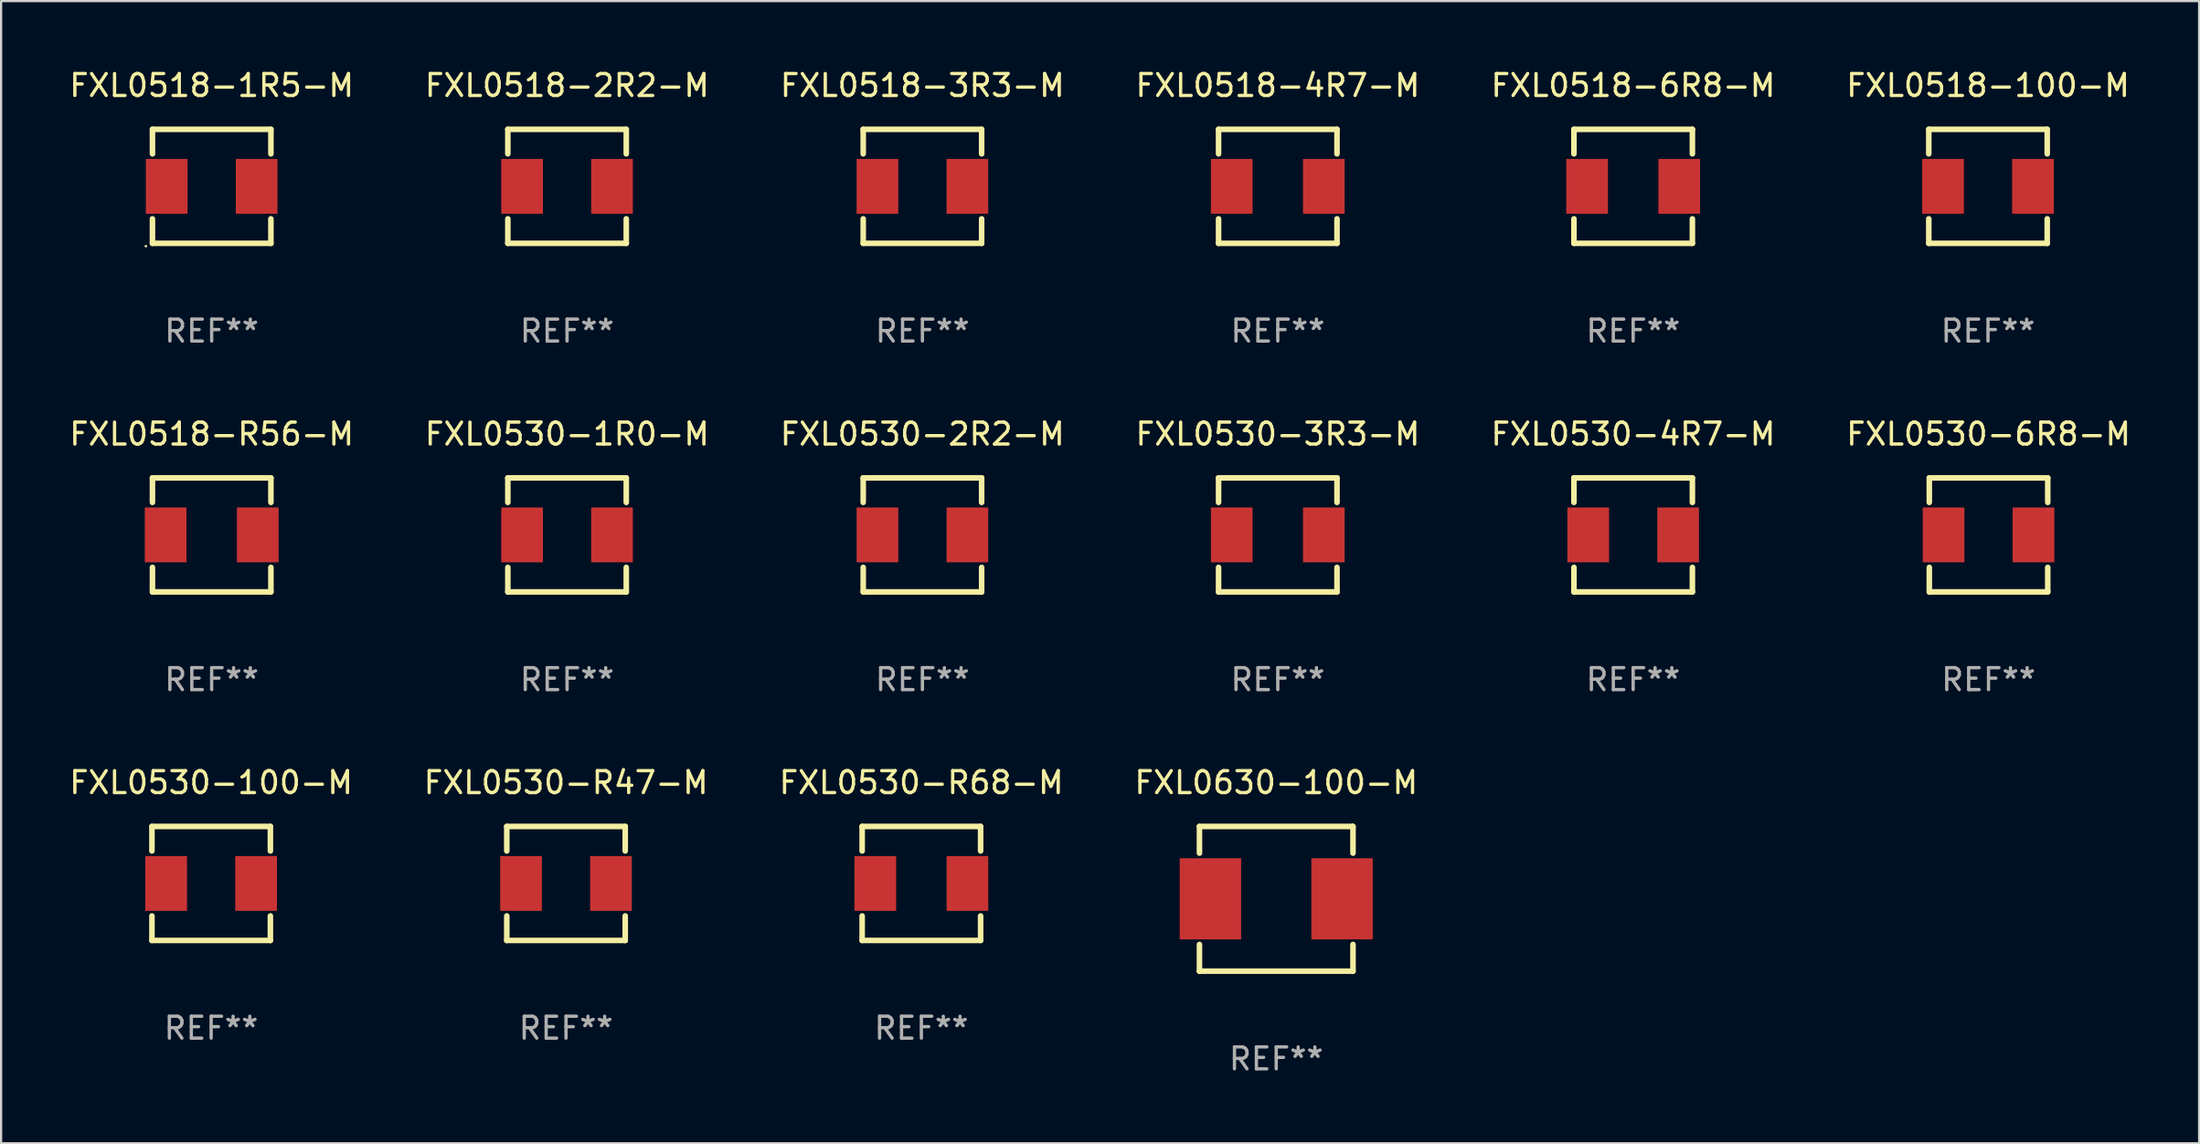
<source format=kicad_pcb>
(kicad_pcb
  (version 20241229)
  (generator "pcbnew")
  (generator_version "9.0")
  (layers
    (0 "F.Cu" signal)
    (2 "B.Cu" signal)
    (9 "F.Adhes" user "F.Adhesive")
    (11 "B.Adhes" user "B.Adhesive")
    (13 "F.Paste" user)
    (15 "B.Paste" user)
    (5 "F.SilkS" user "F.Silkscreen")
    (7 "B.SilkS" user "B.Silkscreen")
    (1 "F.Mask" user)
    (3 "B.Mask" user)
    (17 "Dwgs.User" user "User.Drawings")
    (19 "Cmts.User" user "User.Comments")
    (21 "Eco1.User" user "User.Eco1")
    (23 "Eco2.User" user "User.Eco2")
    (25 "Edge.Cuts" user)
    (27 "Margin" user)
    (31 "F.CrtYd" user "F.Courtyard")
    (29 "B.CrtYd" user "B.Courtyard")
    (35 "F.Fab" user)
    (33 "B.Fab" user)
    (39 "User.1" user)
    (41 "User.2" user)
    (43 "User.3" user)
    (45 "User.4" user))
  (footprint "FXL0518-3R3-M"
    (layer "F.Cu")
    (at 39.006 5.448)
    (property "Reference" "FXL0518-3R3-M" (at 0 -4.6 0) (layer "F.SilkS") (effects (font (size 1 1) (thickness 0.15))))
    (attr through_hole)
    (fp_line (start -2.7 -2.6) (end -2.7 -1.481) (stroke (width 0.254) (type solid)) (layer "F.SilkS"))
    (fp_line (start -2.7 -2.6) (end 2.7 -2.6) (stroke (width 0.254) (type solid)) (layer "F.SilkS"))
    (fp_line (start -2.7 1.481) (end -2.7 2.6) (stroke (width 0.254) (type solid)) (layer "F.SilkS"))
    (fp_line (start 2.7 -2.6) (end 2.7 -1.481) (stroke (width 0.254) (type solid)) (layer "F.SilkS"))
    (fp_line (start 2.7 1.481) (end 2.7 2.6) (stroke (width 0.254) (type solid)) (layer "F.SilkS"))
    (fp_line (start 2.7 2.6) (end -2.7 2.6) (stroke (width 0.254) (type solid)) (layer "F.SilkS"))
    (fp_circle (center -2.7 2.6) (end -2.67 2.6) (stroke (width 0.06) (type solid)) (fill no) (layer "F.SilkS"))
    (fp_text user "REF**" (at 0 6.6 0) (layer "F.Fab") (effects (font (size 1 1) (thickness 0.15))))
    (pad "1" smd rect (at -2.05 0) (size 1.9 2.5) (layers "F.Cu" "F.Mask" "F.Paste"))
    (pad "2" smd rect (at 2.05 0) (size 1.9 2.5) (layers "F.Cu" "F.Mask" "F.Paste")))
  (footprint "FXL0518-R56-M"
    (layer "F.Cu")
    (at 6.601 21.345)
    (property "Reference" "FXL0518-R56-M" (at 0 -4.6 0) (layer "F.SilkS") (effects (font (size 1 1) (thickness 0.15))))
    (attr through_hole)
    (fp_line (start -2.7 -2.6) (end -2.7 -1.481) (stroke (width 0.254) (type solid)) (layer "F.SilkS"))
    (fp_line (start -2.7 -2.6) (end 2.7 -2.6) (stroke (width 0.254) (type solid)) (layer "F.SilkS"))
    (fp_line (start -2.7 1.481) (end -2.7 2.6) (stroke (width 0.254) (type solid)) (layer "F.SilkS"))
    (fp_line (start 2.7 -1.481) (end 2.7 -2.6) (stroke (width 0.254) (type solid)) (layer "F.SilkS"))
    (fp_line (start 2.7 2.6) (end -2.7 2.6) (stroke (width 0.254) (type solid)) (layer "F.SilkS"))
    (fp_line (start 2.7 2.6) (end 2.7 1.481) (stroke (width 0.254) (type solid)) (layer "F.SilkS"))
    (fp_circle (center -2.7 2.6) (end -2.67 2.6) (stroke (width 0.06) (type solid)) (fill no) (layer "F.SilkS"))
    (fp_text user "REF**" (at 0 6.6 0) (layer "F.Fab") (effects (font (size 1 1) (thickness 0.15))))
    (pad "1" smd rect (at -2.1 0) (size 1.9 2.5) (layers "F.Cu" "F.Mask" "F.Paste"))
    (pad "2" smd rect (at 2.1 0) (size 1.9 2.5) (layers "F.Cu" "F.Mask" "F.Paste")))
  (footprint "FXL0518-100-M"
    (layer "F.Cu")
    (at 87.589 5.448)
    (property "Reference" "FXL0518-100-M" (at 0 -4.6 0) (layer "F.SilkS") (effects (font (size 1 1) (thickness 0.15))))
    (attr through_hole)
    (fp_line (start -2.7 -2.6) (end -2.7 -1.481) (stroke (width 0.254) (type solid)) (layer "F.SilkS"))
    (fp_line (start -2.7 -2.6) (end 2.7 -2.6) (stroke (width 0.254) (type solid)) (layer "F.SilkS"))
    (fp_line (start -2.7 1.481) (end -2.7 2.6) (stroke (width 0.254) (type solid)) (layer "F.SilkS"))
    (fp_line (start 2.7 -2.6) (end 2.7 -1.481) (stroke (width 0.254) (type solid)) (layer "F.SilkS"))
    (fp_line (start 2.7 1.481) (end 2.7 2.6) (stroke (width 0.254) (type solid)) (layer "F.SilkS"))
    (fp_line (start 2.7 2.6) (end -2.7 2.6) (stroke (width 0.254) (type solid)) (layer "F.SilkS"))
    (fp_circle (center -2.7 2.6) (end -2.67 2.6) (stroke (width 0.06) (type solid)) (fill no) (layer "F.SilkS"))
    (fp_text user "REF**" (at 0 6.6 0) (layer "F.Fab") (effects (font (size 1 1) (thickness 0.15))))
    (pad "1" smd rect (at -2.05 0) (size 1.9 2.5) (layers "F.Cu" "F.Mask" "F.Paste"))
    (pad "2" smd rect (at 2.05 0) (size 1.9 2.5) (layers "F.Cu" "F.Mask" "F.Paste")))
  (footprint "FXL0530-R68-M"
    (layer "F.Cu")
    (at 38.958 37.241)
    (property "Reference" "FXL0530-R68-M" (at 0 -4.6 0) (layer "F.SilkS") (effects (font (size 1 1) (thickness 0.15))))
    (attr through_hole)
    (fp_line (start -2.7 -2.6) (end -2.7 -1.481) (stroke (width 0.254) (type solid)) (layer "F.SilkS"))
    (fp_line (start -2.7 -2.6) (end 2.7 -2.6) (stroke (width 0.254) (type solid)) (layer "F.SilkS"))
    (fp_line (start -2.7 1.481) (end -2.7 2.6) (stroke (width 0.254) (type solid)) (layer "F.SilkS"))
    (fp_line (start 2.7 -1.481) (end 2.7 -2.6) (stroke (width 0.254) (type solid)) (layer "F.SilkS"))
    (fp_line (start 2.7 2.6) (end -2.7 2.6) (stroke (width 0.254) (type solid)) (layer "F.SilkS"))
    (fp_line (start 2.7 2.6) (end 2.7 1.481) (stroke (width 0.254) (type solid)) (layer "F.SilkS"))
    (fp_circle (center -2.7 2.6) (end -2.67 2.6) (stroke (width 0.06) (type solid)) (fill no) (layer "F.SilkS"))
    (fp_text user "REF**" (at 0 6.6 0) (layer "F.Fab") (effects (font (size 1 1) (thickness 0.15))))
    (pad "1" smd rect (at -2.1 0) (size 1.9 2.5) (layers "F.Cu" "F.Mask" "F.Paste"))
    (pad "2" smd rect (at 2.1 0) (size 1.9 2.5) (layers "F.Cu" "F.Mask" "F.Paste")))
  (footprint "FXL0630-100-M"
    (layer "F.Cu")
    (at 55.137 37.941)
    (property "Reference" "FXL0630-100-M" (at 0 -5.3 0) (layer "F.SilkS") (effects (font (size 1 1) (thickness 0.15))))
    (attr through_hole)
    (fp_line (start -3.5 -3.3) (end 3.48 -3.3) (stroke (width 0.254) (type solid)) (layer "F.SilkS"))
    (fp_line (start -3.5 -2.081) (end -3.5 -3.3) (stroke (width 0.254) (type solid)) (layer "F.SilkS"))
    (fp_line (start -3.5 3.3) (end -3.5 2.081) (stroke (width 0.254) (type solid)) (layer "F.SilkS"))
    (fp_line (start -3.49 3.3) (end -3.5 3.3) (stroke (width 0.254) (type solid)) (layer "F.SilkS"))
    (fp_line (start 3.48 -3.3) (end 3.5 -3.28) (stroke (width 0.254) (type solid)) (layer "F.SilkS"))
    (fp_line (start 3.5 -3.3) (end 3.5 -2.081) (stroke (width 0.254) (type solid)) (layer "F.SilkS"))
    (fp_line (start 3.5 2.081) (end 3.5 3.3) (stroke (width 0.254) (type solid)) (layer "F.SilkS"))
    (fp_line (start 3.5 3.3) (end -3.49 3.3) (stroke (width 0.254) (type solid)) (layer "F.SilkS"))
    (fp_circle (center -3.5 3.3) (end -3.47 3.3) (stroke (width 0.06) (type solid)) (fill no) (layer "F.SilkS"))
    (fp_text user "REF**" (at 0 7.3 0) (layer "F.Fab") (effects (font (size 1 1) (thickness 0.15))))
    (pad "1" smd rect (at -3 0) (size 2.8 3.7) (layers "F.Cu" "F.Mask" "F.Paste"))
    (pad "2" smd rect (at 3 0) (size 2.8 3.7) (layers "F.Cu" "F.Mask" "F.Paste")))
  (footprint "FXL0530-100-M"
    (layer "F.Cu")
    (at 6.577 37.241)
    (property "Reference" "FXL0530-100-M" (at 0 -4.6 0) (layer "F.SilkS") (effects (font (size 1 1) (thickness 0.15))))
    (attr through_hole)
    (fp_line (start -2.7 -2.6) (end -2.7 -1.481) (stroke (width 0.254) (type solid)) (layer "F.SilkS"))
    (fp_line (start -2.7 -2.6) (end 2.7 -2.6) (stroke (width 0.254) (type solid)) (layer "F.SilkS"))
    (fp_line (start -2.7 1.481) (end -2.7 2.6) (stroke (width 0.254) (type solid)) (layer "F.SilkS"))
    (fp_line (start 2.7 -1.481) (end 2.7 -2.6) (stroke (width 0.254) (type solid)) (layer "F.SilkS"))
    (fp_line (start 2.7 2.6) (end -2.7 2.6) (stroke (width 0.254) (type solid)) (layer "F.SilkS"))
    (fp_line (start 2.7 2.6) (end 2.7 1.481) (stroke (width 0.254) (type solid)) (layer "F.SilkS"))
    (fp_circle (center -2.7 2.6) (end -2.67 2.6) (stroke (width 0.06) (type solid)) (fill no) (layer "F.SilkS"))
    (fp_text user "REF**" (at 0 6.6 0) (layer "F.Fab") (effects (font (size 1 1) (thickness 0.15))))
    (pad "1" smd rect (at -2.05 0) (size 1.9 2.5) (layers "F.Cu" "F.Mask" "F.Paste"))
    (pad "2" smd rect (at 2.05 0) (size 1.9 2.5) (layers "F.Cu" "F.Mask" "F.Paste")))
  (footprint "FXL0518-1R5-M"
    (layer "F.Cu")
    (at 6.601 5.448)
    (property "Reference" "FXL0518-1R5-M" (at 0 -4.6 0) (layer "F.SilkS") (effects (font (size 1 1) (thickness 0.15))))
    (attr through_hole)
    (fp_line (start -2.7 -2.6) (end -2.7 -1.481) (stroke (width 0.254) (type solid)) (layer "F.SilkS"))
    (fp_line (start -2.7 -2.6) (end 2.7 -2.6) (stroke (width 0.254) (type solid)) (layer "F.SilkS"))
    (fp_line (start -2.7 1.481) (end -2.7 2.6) (stroke (width 0.254) (type solid)) (layer "F.SilkS"))
    (fp_line (start 2.7 -1.481) (end 2.7 -2.6) (stroke (width 0.254) (type solid)) (layer "F.SilkS"))
    (fp_line (start 2.7 2.6) (end -2.7 2.6) (stroke (width 0.254) (type solid)) (layer "F.SilkS"))
    (fp_line (start 2.7 2.6) (end 2.7 1.481) (stroke (width 0.254) (type solid)) (layer "F.SilkS"))
    (fp_circle (center -3 2.727) (end -2.97 2.727) (stroke (width 0.06) (type solid)) (fill no) (layer "F.SilkS"))
    (fp_text user "REF**" (at 0 6.6 0) (layer "F.Fab") (effects (font (size 1 1) (thickness 0.15))))
    (pad "1" smd rect (at -2.05 0) (size 1.9 2.5) (layers "F.Cu" "F.Mask" "F.Paste"))
    (pad "2" smd rect (at 2.05 0) (size 1.9 2.5) (layers "F.Cu" "F.Mask" "F.Paste")))
  (footprint "FXL0518-2R2-M"
    (layer "F.Cu")
    (at 22.804 5.448)
    (property "Reference" "FXL0518-2R2-M" (at 0 -4.6 0) (layer "F.SilkS") (effects (font (size 1 1) (thickness 0.15))))
    (attr through_hole)
    (fp_line (start -2.7 -2.6) (end 2.7 -2.6) (stroke (width 0.254) (type solid)) (layer "F.SilkS"))
    (fp_line (start -2.7 -1.481) (end -2.7 -2.6) (stroke (width 0.254) (type solid)) (layer "F.SilkS"))
    (fp_line (start -2.7 2.6) (end -2.7 1.481) (stroke (width 0.254) (type solid)) (layer "F.SilkS"))
    (fp_line (start 2.7 -2.6) (end 2.7 -1.481) (stroke (width 0.254) (type solid)) (layer "F.SilkS"))
    (fp_line (start 2.7 1.481) (end 2.7 2.6) (stroke (width 0.254) (type solid)) (layer "F.SilkS"))
    (fp_line (start 2.7 2.6) (end -2.7 2.6) (stroke (width 0.254) (type solid)) (layer "F.SilkS"))
    (fp_circle (center -2.7 2.6) (end -2.67 2.6) (stroke (width 0.06) (type solid)) (fill no) (layer "F.SilkS"))
    (fp_text user "REF**" (at 0 6.6 0) (layer "F.Fab") (effects (font (size 1 1) (thickness 0.15))))
    (pad "1" smd rect (at -2.05 0) (size 1.9 2.5) (layers "F.Cu" "F.Mask" "F.Paste"))
    (pad "2" smd rect (at 2.05 0) (size 1.9 2.5) (layers "F.Cu" "F.Mask" "F.Paste")))
  (footprint "FXL0530-3R3-M"
    (layer "F.Cu")
    (at 55.208 21.345)
    (property "Reference" "FXL0530-3R3-M" (at 0 -4.6 0) (layer "F.SilkS") (effects (font (size 1 1) (thickness 0.15))))
    (attr through_hole)
    (fp_line (start -2.7 -2.6) (end -2.7 -1.481) (stroke (width 0.254) (type solid)) (layer "F.SilkS"))
    (fp_line (start -2.7 -2.6) (end 2.7 -2.6) (stroke (width 0.254) (type solid)) (layer "F.SilkS"))
    (fp_line (start -2.7 1.481) (end -2.7 2.6) (stroke (width 0.254) (type solid)) (layer "F.SilkS"))
    (fp_line (start 2.7 -1.481) (end 2.7 -2.6) (stroke (width 0.254) (type solid)) (layer "F.SilkS"))
    (fp_line (start 2.7 2.6) (end -2.7 2.6) (stroke (width 0.254) (type solid)) (layer "F.SilkS"))
    (fp_line (start 2.7 2.6) (end 2.7 1.481) (stroke (width 0.254) (type solid)) (layer "F.SilkS"))
    (fp_circle (center -2.7 2.6) (end -2.67 2.6) (stroke (width 0.06) (type solid)) (fill no) (layer "F.SilkS"))
    (fp_text user "REF**" (at 0 6.6 0) (layer "F.Fab") (effects (font (size 1 1) (thickness 0.15))))
    (pad "1" smd rect (at -2.1 0) (size 1.9 2.5) (layers "F.Cu" "F.Mask" "F.Paste"))
    (pad "2" smd rect (at 2.1 0) (size 1.9 2.5) (layers "F.Cu" "F.Mask" "F.Paste")))
  (footprint "FXL0530-4R7-M"
    (layer "F.Cu")
    (at 71.411 21.345)
    (property "Reference" "FXL0530-4R7-M" (at 0 -4.6 0) (layer "F.SilkS") (effects (font (size 1 1) (thickness 0.15))))
    (attr through_hole)
    (fp_line (start -2.7 -2.6) (end -2.7 -1.481) (stroke (width 0.254) (type solid)) (layer "F.SilkS"))
    (fp_line (start -2.7 -2.6) (end 2.7 -2.6) (stroke (width 0.254) (type solid)) (layer "F.SilkS"))
    (fp_line (start -2.7 1.481) (end -2.7 2.6) (stroke (width 0.254) (type solid)) (layer "F.SilkS"))
    (fp_line (start 2.7 -1.481) (end 2.7 -2.6) (stroke (width 0.254) (type solid)) (layer "F.SilkS"))
    (fp_line (start 2.7 2.6) (end -2.7 2.6) (stroke (width 0.254) (type solid)) (layer "F.SilkS"))
    (fp_line (start 2.7 2.6) (end 2.7 1.481) (stroke (width 0.254) (type solid)) (layer "F.SilkS"))
    (fp_circle (center -2.7 2.6) (end -2.67 2.6) (stroke (width 0.06) (type solid)) (fill no) (layer "F.SilkS"))
    (fp_text user "REF**" (at 0 6.6 0) (layer "F.Fab") (effects (font (size 1 1) (thickness 0.15))))
    (pad "1" smd rect (at -2.05 0) (size 1.9 2.5) (layers "F.Cu" "F.Mask" "F.Paste"))
    (pad "2" smd rect (at 2.05 0) (size 1.9 2.5) (layers "F.Cu" "F.Mask" "F.Paste")))
  (footprint "FXL0530-1R0-M"
    (layer "F.Cu")
    (at 22.804 21.345)
    (property "Reference" "FXL0530-1R0-M" (at 0 -4.6 0) (layer "F.SilkS") (effects (font (size 1 1) (thickness 0.15))))
    (attr through_hole)
    (fp_line (start -2.7 -2.6) (end -2.7 -1.481) (stroke (width 0.254) (type solid)) (layer "F.SilkS"))
    (fp_line (start -2.7 -2.6) (end 2.7 -2.6) (stroke (width 0.254) (type solid)) (layer "F.SilkS"))
    (fp_line (start -2.7 1.481) (end -2.7 2.6) (stroke (width 0.254) (type solid)) (layer "F.SilkS"))
    (fp_line (start 2.7 -1.481) (end 2.7 -2.6) (stroke (width 0.254) (type solid)) (layer "F.SilkS"))
    (fp_line (start 2.7 2.6) (end -2.7 2.6) (stroke (width 0.254) (type solid)) (layer "F.SilkS"))
    (fp_line (start 2.7 2.6) (end 2.7 1.481) (stroke (width 0.254) (type solid)) (layer "F.SilkS"))
    (fp_circle (center -2.7 2.6) (end -2.67 2.6) (stroke (width 0.06) (type solid)) (fill no) (layer "F.SilkS"))
    (fp_text user "REF**" (at 0 6.6 0) (layer "F.Fab") (effects (font (size 1 1) (thickness 0.15))))
    (pad "1" smd rect (at -2.05 0) (size 1.9 2.5) (layers "F.Cu" "F.Mask" "F.Paste"))
    (pad "2" smd rect (at 2.05 0) (size 1.9 2.5) (layers "F.Cu" "F.Mask" "F.Paste")))
  (footprint "FXL0518-4R7-M"
    (layer "F.Cu")
    (at 55.208 5.448)
    (property "Reference" "FXL0518-4R7-M" (at 0 -4.6 0) (layer "F.SilkS") (effects (font (size 1 1) (thickness 0.15))))
    (attr through_hole)
    (fp_line (start -2.7 -2.6) (end -2.7 -1.481) (stroke (width 0.254) (type solid)) (layer "F.SilkS"))
    (fp_line (start -2.7 -2.6) (end 2.7 -2.6) (stroke (width 0.254) (type solid)) (layer "F.SilkS"))
    (fp_line (start -2.7 1.481) (end -2.7 2.6) (stroke (width 0.254) (type solid)) (layer "F.SilkS"))
    (fp_line (start 2.7 -1.481) (end 2.7 -2.6) (stroke (width 0.254) (type solid)) (layer "F.SilkS"))
    (fp_line (start 2.7 2.6) (end -2.7 2.6) (stroke (width 0.254) (type solid)) (layer "F.SilkS"))
    (fp_line (start 2.7 2.6) (end 2.7 1.481) (stroke (width 0.254) (type solid)) (layer "F.SilkS"))
    (fp_circle (center -2.7 2.6) (end -2.67 2.6) (stroke (width 0.06) (type solid)) (fill no) (layer "F.SilkS"))
    (fp_text user "REF**" (at 0 6.6 0) (layer "F.Fab") (effects (font (size 1 1) (thickness 0.15))))
    (pad "1" smd rect (at -2.1 0) (size 1.9 2.5) (layers "F.Cu" "F.Mask" "F.Paste"))
    (pad "2" smd rect (at 2.1 0) (size 1.9 2.5) (layers "F.Cu" "F.Mask" "F.Paste")))
  (footprint "FXL0530-6R8-M"
    (layer "F.Cu")
    (at 87.613 21.345)
    (property "Reference" "FXL0530-6R8-M" (at 0 -4.6 0) (layer "F.SilkS") (effects (font (size 1 1) (thickness 0.15))))
    (attr through_hole)
    (fp_line (start -2.7 -2.6) (end -2.7 -1.481) (stroke (width 0.254) (type solid)) (layer "F.SilkS"))
    (fp_line (start -2.7 -2.6) (end 2.7 -2.6) (stroke (width 0.254) (type solid)) (layer "F.SilkS"))
    (fp_line (start -2.7 1.481) (end -2.7 2.6) (stroke (width 0.254) (type solid)) (layer "F.SilkS"))
    (fp_line (start 2.7 -1.481) (end 2.7 -2.6) (stroke (width 0.254) (type solid)) (layer "F.SilkS"))
    (fp_line (start 2.7 2.6) (end -2.7 2.6) (stroke (width 0.254) (type solid)) (layer "F.SilkS"))
    (fp_line (start 2.7 2.6) (end 2.7 1.481) (stroke (width 0.254) (type solid)) (layer "F.SilkS"))
    (fp_circle (center -2.7 2.6) (end -2.67 2.6) (stroke (width 0.06) (type solid)) (fill no) (layer "F.SilkS"))
    (fp_text user "REF**" (at 0 6.6 0) (layer "F.Fab") (effects (font (size 1 1) (thickness 0.15))))
    (pad "1" smd rect (at -2.05 0) (size 1.9 2.5) (layers "F.Cu" "F.Mask" "F.Paste"))
    (pad "2" smd rect (at 2.05 0) (size 1.9 2.5) (layers "F.Cu" "F.Mask" "F.Paste")))
  (footprint "FXL0530-2R2-M"
    (layer "F.Cu")
    (at 39.006 21.345)
    (property "Reference" "FXL0530-2R2-M" (at 0 -4.6 0) (layer "F.SilkS") (effects (font (size 1 1) (thickness 0.15))))
    (attr through_hole)
    (fp_line (start -2.7 -2.6) (end -2.7 -1.481) (stroke (width 0.254) (type solid)) (layer "F.SilkS"))
    (fp_line (start -2.7 -2.6) (end 2.7 -2.6) (stroke (width 0.254) (type solid)) (layer "F.SilkS"))
    (fp_line (start -2.7 1.481) (end -2.7 2.6) (stroke (width 0.254) (type solid)) (layer "F.SilkS"))
    (fp_line (start 2.7 -1.481) (end 2.7 -2.6) (stroke (width 0.254) (type solid)) (layer "F.SilkS"))
    (fp_line (start 2.7 2.6) (end -2.7 2.6) (stroke (width 0.254) (type solid)) (layer "F.SilkS"))
    (fp_line (start 2.7 2.6) (end 2.7 1.481) (stroke (width 0.254) (type solid)) (layer "F.SilkS"))
    (fp_circle (center -2.7 2.6) (end -2.67 2.6) (stroke (width 0.06) (type solid)) (fill no) (layer "F.SilkS"))
    (fp_text user "REF**" (at 0 6.6 0) (layer "F.Fab") (effects (font (size 1 1) (thickness 0.15))))
    (pad "1" smd rect (at -2.05 0) (size 1.9 2.5) (layers "F.Cu" "F.Mask" "F.Paste"))
    (pad "2" smd rect (at 2.05 0) (size 1.9 2.5) (layers "F.Cu" "F.Mask" "F.Paste")))
  (footprint "FXL0518-6R8-M"
    (layer "F.Cu")
    (at 71.411 5.448)
    (property "Reference" "FXL0518-6R8-M" (at 0 -4.6 0) (layer "F.SilkS") (effects (font (size 1 1) (thickness 0.15))))
    (attr through_hole)
    (fp_line (start -2.7 -2.6) (end -2.7 -1.481) (stroke (width 0.254) (type solid)) (layer "F.SilkS"))
    (fp_line (start -2.7 -2.6) (end 2.7 -2.6) (stroke (width 0.254) (type solid)) (layer "F.SilkS"))
    (fp_line (start -2.7 1.481) (end -2.7 2.6) (stroke (width 0.254) (type solid)) (layer "F.SilkS"))
    (fp_line (start 2.7 -1.481) (end 2.7 -2.6) (stroke (width 0.254) (type solid)) (layer "F.SilkS"))
    (fp_line (start 2.7 2.6) (end -2.7 2.6) (stroke (width 0.254) (type solid)) (layer "F.SilkS"))
    (fp_line (start 2.7 2.6) (end 2.7 1.481) (stroke (width 0.254) (type solid)) (layer "F.SilkS"))
    (fp_circle (center -2.7 2.6) (end -2.67 2.6) (stroke (width 0.06) (type solid)) (fill no) (layer "F.SilkS"))
    (fp_text user "REF**" (at 0 6.6 0) (layer "F.Fab") (effects (font (size 1 1) (thickness 0.15))))
    (pad "1" smd rect (at -2.1 0) (size 1.9 2.5) (layers "F.Cu" "F.Mask" "F.Paste"))
    (pad "2" smd rect (at 2.1 0) (size 1.9 2.5) (layers "F.Cu" "F.Mask" "F.Paste")))
  (footprint "FXL0530-R47-M"
    (layer "F.Cu")
    (at 22.756 37.241)
    (property "Reference" "FXL0530-R47-M" (at 0 -4.6 0) (layer "F.SilkS") (effects (font (size 1 1) (thickness 0.15))))
    (attr through_hole)
    (fp_line (start -2.7 -2.6) (end -2.7 -1.481) (stroke (width 0.254) (type solid)) (layer "F.SilkS"))
    (fp_line (start -2.7 -2.6) (end 2.7 -2.6) (stroke (width 0.254) (type solid)) (layer "F.SilkS"))
    (fp_line (start -2.7 1.481) (end -2.7 2.6) (stroke (width 0.254) (type solid)) (layer "F.SilkS"))
    (fp_line (start 2.7 -1.481) (end 2.7 -2.6) (stroke (width 0.254) (type solid)) (layer "F.SilkS"))
    (fp_line (start 2.7 2.6) (end -2.7 2.6) (stroke (width 0.254) (type solid)) (layer "F.SilkS"))
    (fp_line (start 2.7 2.6) (end 2.7 1.481) (stroke (width 0.254) (type solid)) (layer "F.SilkS"))
    (fp_circle (center -2.7 2.6) (end -2.67 2.6) (stroke (width 0.06) (type solid)) (fill no) (layer "F.SilkS"))
    (fp_text user "REF**" (at 0 6.6 0) (layer "F.Fab") (effects (font (size 1 1) (thickness 0.15))))
    (pad "1" smd rect (at -2.05 0) (size 1.9 2.5) (layers "F.Cu" "F.Mask" "F.Paste"))
    (pad "2" smd rect (at 2.05 0) (size 1.9 2.5) (layers "F.Cu" "F.Mask" "F.Paste")))
  (gr_rect
    (start -3 -3)
    (end 97.214 49.09)
    (stroke (width 0.1) (type default))
    (fill no)
    (layer "Edge.Cuts")))
</source>
